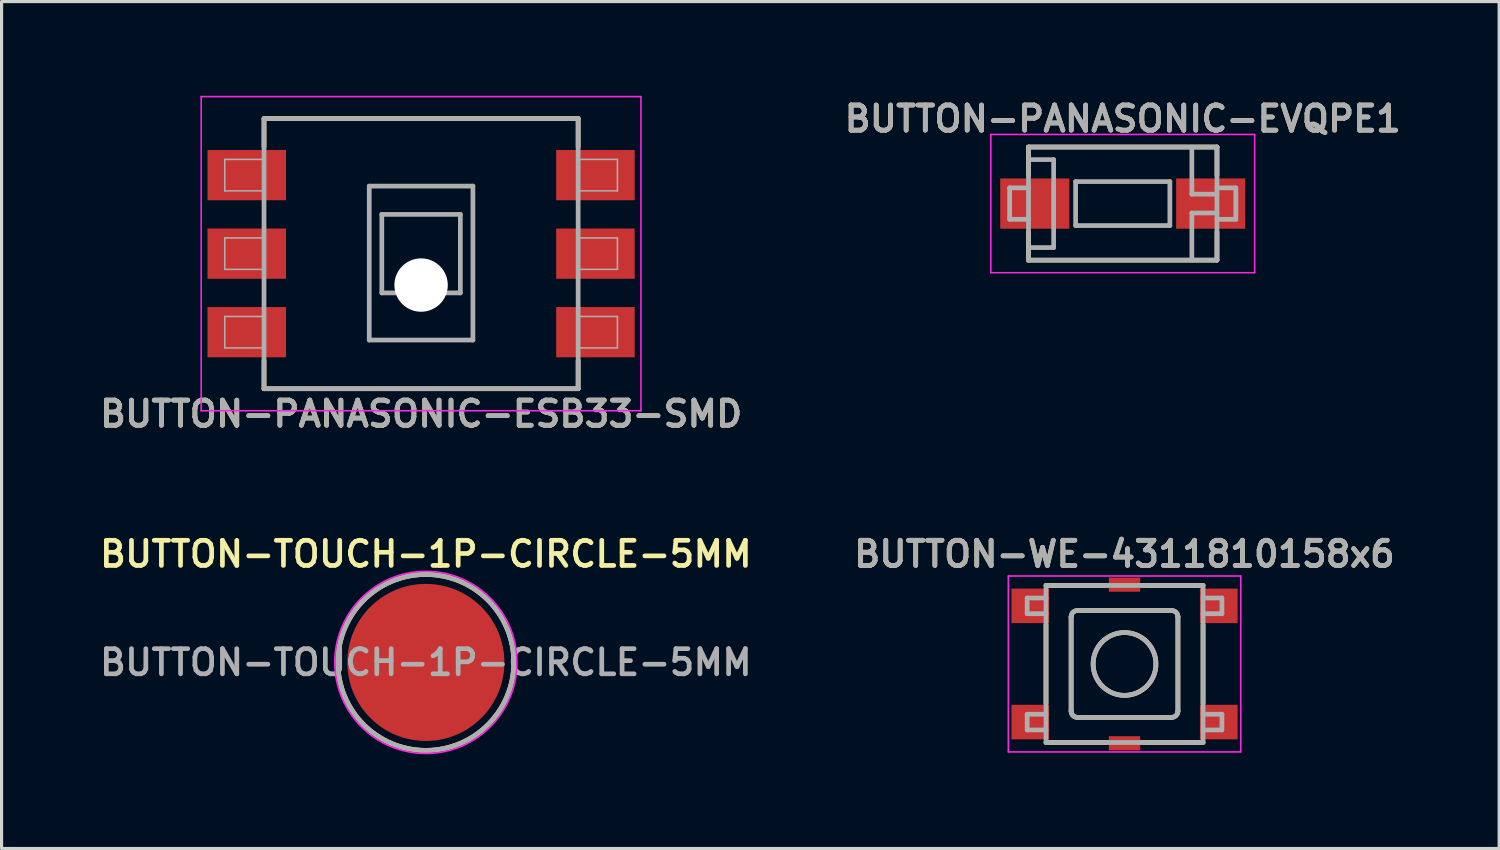
<source format=kicad_pcb>
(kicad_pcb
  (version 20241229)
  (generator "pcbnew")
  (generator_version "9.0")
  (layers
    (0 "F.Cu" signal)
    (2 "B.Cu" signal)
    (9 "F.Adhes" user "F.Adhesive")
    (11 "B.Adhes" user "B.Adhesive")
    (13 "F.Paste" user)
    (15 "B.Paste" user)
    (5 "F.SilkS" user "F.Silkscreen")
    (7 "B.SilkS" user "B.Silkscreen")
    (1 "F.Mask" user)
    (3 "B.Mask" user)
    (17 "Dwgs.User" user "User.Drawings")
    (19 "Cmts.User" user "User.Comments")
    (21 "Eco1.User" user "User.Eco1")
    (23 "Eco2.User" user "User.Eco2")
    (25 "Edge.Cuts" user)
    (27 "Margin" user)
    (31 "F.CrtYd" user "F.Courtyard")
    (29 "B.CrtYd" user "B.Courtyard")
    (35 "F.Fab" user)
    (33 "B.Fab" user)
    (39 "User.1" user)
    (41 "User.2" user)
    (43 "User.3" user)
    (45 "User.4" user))
  (footprint "BUTTON-WE-4311810158x6"
    (layer "F.Cu")
    (at 32.749 18.087)
    (property "Reference" "BUTTON-WE-4311810158x6" (at 0 -3.5 0) (layer "F.SilkS") (effects (font (size 0.8 0.8) (thickness 0.15))))
    (attr smd)
    (fp_line (start -2.5 -2.5) (end -0.55 -2.5) (stroke (width 0.15) (type solid)) (layer "F.SilkS"))
    (fp_line (start -2.5 -1.25) (end -2.5 1.25) (stroke (width 0.15) (type solid)) (layer "F.SilkS"))
    (fp_line (start -1.7 1.5) (end -1.7 -1.5) (stroke (width 0.15) (type solid)) (layer "F.SilkS"))
    (fp_line (start -1.5 -1.7) (end 1.5 -1.7) (stroke (width 0.15) (type solid)) (layer "F.SilkS"))
    (fp_line (start -0.55 2.5) (end -2.5 2.5) (stroke (width 0.15) (type solid)) (layer "F.SilkS"))
    (fp_line (start 0.55 -2.5) (end 2.5 -2.5) (stroke (width 0.15) (type solid)) (layer "F.SilkS"))
    (fp_line (start 0.55 2.5) (end 2.5 2.5) (stroke (width 0.15) (type solid)) (layer "F.SilkS"))
    (fp_line (start 1.5 1.7) (end -1.5 1.7) (stroke (width 0.15) (type solid)) (layer "F.SilkS"))
    (fp_line (start 1.7 -1.5) (end 1.7 1.5) (stroke (width 0.15) (type solid)) (layer "F.SilkS"))
    (fp_line (start 2.5 1.25) (end 2.5 -1.25) (stroke (width 0.15) (type solid)) (layer "F.SilkS"))
    (fp_arc (start -1.7 -1.5) (mid -1.641421 -1.641421) (end -1.5 -1.7) (stroke (width 0.15) (type solid)) (layer "F.SilkS"))
    (fp_arc (start -1.5 1.7) (mid -1.641421 1.641421) (end -1.7 1.5) (stroke (width 0.15) (type solid)) (layer "F.SilkS"))
    (fp_arc (start 1.5 -1.7) (mid 1.641421 -1.641421) (end 1.7 -1.5) (stroke (width 0.15) (type solid)) (layer "F.SilkS"))
    (fp_arc (start 1.7 1.5) (mid 1.641421 1.641421) (end 1.5 1.7) (stroke (width 0.15) (type solid)) (layer "F.SilkS"))
    (fp_circle (center 0 0) (end 1 0) (stroke (width 0.15) (type solid)) (fill no) (layer "F.SilkS"))
    (fp_line (start -3.7 -2.8) (end 3.7 -2.8) (stroke (width 0.05) (type solid)) (layer "F.CrtYd"))
    (fp_line (start -3.7 2.8) (end -3.7 -2.8) (stroke (width 0.05) (type solid)) (layer "F.CrtYd"))
    (fp_line (start 3.7 -2.8) (end 3.7 2.8) (stroke (width 0.05) (type solid)) (layer "F.CrtYd"))
    (fp_line (start 3.7 2.8) (end -3.7 2.8) (stroke (width 0.05) (type solid)) (layer "F.CrtYd"))
    (fp_line (start -3.1 -2.1) (end -2.5 -2.1) (stroke (width 0.15) (type solid)) (layer "F.Fab"))
    (fp_line (start -3.1 -1.6) (end -3.1 -2.1) (stroke (width 0.15) (type solid)) (layer "F.Fab"))
    (fp_line (start -3.1 1.6) (end -2.5 1.6) (stroke (width 0.15) (type solid)) (layer "F.Fab"))
    (fp_line (start -3.1 2.1) (end -3.1 1.6) (stroke (width 0.15) (type solid)) (layer "F.Fab"))
    (fp_line (start -2.5 -2.5) (end -2.5 2.5) (stroke (width 0.15) (type solid)) (layer "F.Fab"))
    (fp_line (start -2.5 -1.6) (end -3.1 -1.6) (stroke (width 0.15) (type solid)) (layer "F.Fab"))
    (fp_line (start -2.5 2.1) (end -3.1 2.1) (stroke (width 0.15) (type solid)) (layer "F.Fab"))
    (fp_line (start -2.5 2.5) (end 2.5 2.5) (stroke (width 0.15) (type solid)) (layer "F.Fab"))
    (fp_line (start -1.7 1.5) (end -1.7 -1.5) (stroke (width 0.15) (type solid)) (layer "F.Fab"))
    (fp_line (start -1.5 -1.7) (end 1.5 -1.7) (stroke (width 0.15) (type solid)) (layer "F.Fab"))
    (fp_line (start 1.5 1.7) (end -1.5 1.7) (stroke (width 0.15) (type solid)) (layer "F.Fab"))
    (fp_line (start 1.7 -1.5) (end 1.7 1.5) (stroke (width 0.15) (type solid)) (layer "F.Fab"))
    (fp_line (start 2.5 -2.5) (end -2.5 -2.5) (stroke (width 0.15) (type solid)) (layer "F.Fab"))
    (fp_line (start 2.5 -2.1) (end 3.1 -2.1) (stroke (width 0.15) (type solid)) (layer "F.Fab"))
    (fp_line (start 2.5 1.6) (end 3.1 1.6) (stroke (width 0.15) (type solid)) (layer "F.Fab"))
    (fp_line (start 2.5 2.5) (end 2.5 -2.5) (stroke (width 0.15) (type solid)) (layer "F.Fab"))
    (fp_line (start 3.1 -2.1) (end 3.1 -1.6) (stroke (width 0.15) (type solid)) (layer "F.Fab"))
    (fp_line (start 3.1 -1.6) (end 2.5 -1.6) (stroke (width 0.15) (type solid)) (layer "F.Fab"))
    (fp_line (start 3.1 1.6) (end 3.1 2.1) (stroke (width 0.15) (type solid)) (layer "F.Fab"))
    (fp_line (start 3.1 2.1) (end 2.5 2.1) (stroke (width 0.15) (type solid)) (layer "F.Fab"))
    (fp_arc (start -1.7 -1.5) (mid -1.641421 -1.641421) (end -1.5 -1.7) (stroke (width 0.15) (type solid)) (layer "F.Fab"))
    (fp_arc (start -1.5 1.7) (mid -1.641421 1.641421) (end -1.7 1.5) (stroke (width 0.15) (type solid)) (layer "F.Fab"))
    (fp_arc (start 1.5 -1.7) (mid 1.641421 -1.641421) (end 1.7 -1.5) (stroke (width 0.15) (type solid)) (layer "F.Fab"))
    (fp_arc (start 1.7 1.5) (mid 1.641421 1.641421) (end 1.5 1.7) (stroke (width 0.15) (type solid)) (layer "F.Fab"))
    (fp_circle (center 0 0) (end 1 0) (stroke (width 0.15) (type solid)) (fill no) (layer "F.Fab"))
    (fp_text user "${REFERENCE}" (at 0 -3.5 0) (layer "F.Fab") (effects (font (size 0.8 0.8) (thickness 0.15))))
    (pad "1" smd rect (at -3 1.85) (size 1.2 1.1) (layers "F.Cu" "F.Mask" "F.Paste"))
    (pad "2" smd rect (at -3 -1.85) (size 1.2 1.1) (layers "F.Cu" "F.Mask" "F.Paste"))
    (pad "3" smd rect (at 3 1.85) (size 1.2 1.1) (layers "F.Cu" "F.Mask" "F.Paste"))
    (pad "4" smd rect (at 3 -1.85) (size 1.2 1.1) (layers "F.Cu" "F.Mask" "F.Paste"))
    (pad "5" smd rect (at 0 -2.525) (size 1 0.45) (layers "F.Cu" "F.Mask" "F.Paste"))
    (pad "6" smd rect (at 0 2.525) (size 1 0.45) (layers "F.Cu" "F.Mask" "F.Paste")))
  (footprint "BUTTON-TOUCH-1P-CIRCLE-5MM"
    (layer "F.Cu")
    (at 10.507 18.038)
    (property "Reference" "BUTTON-TOUCH-1P-CIRCLE-5MM" (at 0 -3.45 0) (layer "F.SilkS") (effects (font (size 0.8 0.8) (thickness 0.15))))
    (attr through_hole)
    (fp_circle (center 0 0) (end 2.8 0) (stroke (width 0.15) (type solid)) (fill no) (layer "F.SilkS"))
    (fp_circle (center 0 0) (end 2.9 0) (stroke (width 0.05) (type solid)) (fill no) (layer "F.CrtYd"))
    (fp_circle (center 0 0) (end 2.8 0) (stroke (width 0.15) (type solid)) (fill no) (layer "F.Fab"))
    (fp_text user "${REFERENCE}" (at 0 0 0) (layer "F.Fab") (effects (font (size 0.8 0.8) (thickness 0.15))))
    (pad "1" smd circle (at 0 0) (size 5 5) (layers "F.Cu" "F.Mask" "F.Paste")))
  (footprint "BUTTON-PANASONIC-EVQPE1"
    (layer "F.Cu")
    (at 32.692 3.431)
    (property "Reference" "BUTTON-PANASONIC-EVQPE1" (at 0 -2.7 0) (layer "F.SilkS") (effects (font (size 0.8 0.8) (thickness 0.15))))
    (attr through_hole)
    (fp_line (start -3 -1.8) (end 3 -1.8) (stroke (width 0.15) (type solid)) (layer "F.SilkS"))
    (fp_line (start -3 -0.9) (end -3 -1.8) (stroke (width 0.15) (type solid)) (layer "F.SilkS"))
    (fp_line (start -3 0.9) (end -3 1.8) (stroke (width 0.15) (type solid)) (layer "F.SilkS"))
    (fp_line (start -3 1.8) (end 3 1.8) (stroke (width 0.15) (type solid)) (layer "F.SilkS"))
    (fp_line (start 3 -1.8) (end 3 -0.9) (stroke (width 0.15) (type solid)) (layer "F.SilkS"))
    (fp_line (start 3 1.8) (end 3 0.9) (stroke (width 0.15) (type solid)) (layer "F.SilkS"))
    (fp_line (start -4.2 -2.2) (end 4.2 -2.2) (stroke (width 0.05) (type solid)) (layer "F.CrtYd"))
    (fp_line (start -4.2 2.2) (end -4.2 -2.2) (stroke (width 0.05) (type solid)) (layer "F.CrtYd"))
    (fp_line (start 4.2 -2.2) (end 4.2 2.2) (stroke (width 0.05) (type solid)) (layer "F.CrtYd"))
    (fp_line (start 4.2 2.2) (end -4.2 2.2) (stroke (width 0.05) (type solid)) (layer "F.CrtYd"))
    (fp_line (start -3.6 -0.5) (end -3.6 0.5) (stroke (width 0.15) (type solid)) (layer "F.Fab"))
    (fp_line (start -3.6 0.5) (end -3 0.5) (stroke (width 0.15) (type solid)) (layer "F.Fab"))
    (fp_line (start -3 -1.8) (end 3 -1.8) (stroke (width 0.15) (type solid)) (layer "F.Fab"))
    (fp_line (start -3 -1.4) (end -2.2 -1.4) (stroke (width 0.15) (type solid)) (layer "F.Fab"))
    (fp_line (start -3 -0.5) (end -3.6 -0.5) (stroke (width 0.15) (type solid)) (layer "F.Fab"))
    (fp_line (start -3 1.8) (end -3 -1.8) (stroke (width 0.15) (type solid)) (layer "F.Fab"))
    (fp_line (start -2.2 -1.4) (end -2.2 1.4) (stroke (width 0.15) (type solid)) (layer "F.Fab"))
    (fp_line (start -2.2 1.4) (end -3 1.4) (stroke (width 0.15) (type solid)) (layer "F.Fab"))
    (fp_line (start -1.5 -0.7) (end -1.5 0.7) (stroke (width 0.15) (type solid)) (layer "F.Fab"))
    (fp_line (start -1.5 0.7) (end 1.5 0.7) (stroke (width 0.15) (type solid)) (layer "F.Fab"))
    (fp_line (start 1.5 -0.7) (end -1.5 -0.7) (stroke (width 0.15) (type solid)) (layer "F.Fab"))
    (fp_line (start 1.5 0.7) (end 1.5 -0.7) (stroke (width 0.15) (type solid)) (layer "F.Fab"))
    (fp_line (start 2.2 -1.8) (end 2.2 -0.3) (stroke (width 0.15) (type solid)) (layer "F.Fab"))
    (fp_line (start 2.2 -0.3) (end 3 -0.3) (stroke (width 0.15) (type solid)) (layer "F.Fab"))
    (fp_line (start 2.2 0.3) (end 3 0.3) (stroke (width 0.15) (type solid)) (layer "F.Fab"))
    (fp_line (start 2.2 1.8) (end 2.2 0.3) (stroke (width 0.15) (type solid)) (layer "F.Fab"))
    (fp_line (start 3 -1.8) (end 3 1.8) (stroke (width 0.15) (type solid)) (layer "F.Fab"))
    (fp_line (start 3 -0.5) (end 3.6 -0.5) (stroke (width 0.15) (type solid)) (layer "F.Fab"))
    (fp_line (start 3 1.8) (end -3 1.8) (stroke (width 0.15) (type solid)) (layer "F.Fab"))
    (fp_line (start 3.6 -0.5) (end 3.6 0.5) (stroke (width 0.15) (type solid)) (layer "F.Fab"))
    (fp_line (start 3.6 0.5) (end 3 0.5) (stroke (width 0.15) (type solid)) (layer "F.Fab"))
    (fp_text user "${REFERENCE}" (at 0 -2.7 0) (layer "F.Fab") (effects (font (size 0.8 0.8) (thickness 0.15))))
    (pad "1" smd rect (at -2.8 0) (size 2.2 1.6) (layers "F.Cu" "F.Mask" "F.Paste"))
    (pad "2" smd rect (at 2.8 0) (size 2.2 1.6) (layers "F.Cu" "F.Mask" "F.Paste")))
  (footprint "BUTTON-PANASONIC-ESB33-SMD"
    (layer "F.Cu")
    (at 10.355 5.025)
    (property "Reference" "BUTTON-PANASONIC-ESB33-SMD" (at 0 5.1 0) (layer "F.SilkS") (effects (font (size 0.8 0.8) (thickness 0.15))))
    (attr smd)
    (fp_line (start -5 -4.3) (end 5 -4.3) (stroke (width 0.15) (type solid)) (layer "F.SilkS"))
    (fp_line (start -5 -3.4) (end -5 -4.3) (stroke (width 0.15) (type solid)) (layer "F.SilkS"))
    (fp_line (start -5 4.3) (end -5 3.4) (stroke (width 0.15) (type solid)) (layer "F.SilkS"))
    (fp_line (start 5 -4.3) (end 5 -3.4) (stroke (width 0.15) (type solid)) (layer "F.SilkS"))
    (fp_line (start 5 3.4) (end 5 4.3) (stroke (width 0.15) (type solid)) (layer "F.SilkS"))
    (fp_line (start 5 4.3) (end -5 4.3) (stroke (width 0.15) (type solid)) (layer "F.SilkS"))
    (fp_line (start -7 -5) (end 7 -5) (stroke (width 0.05) (type solid)) (layer "F.CrtYd"))
    (fp_line (start -7 5) (end -7 -5) (stroke (width 0.05) (type solid)) (layer "F.CrtYd"))
    (fp_line (start 7 -5) (end 7 5) (stroke (width 0.05) (type solid)) (layer "F.CrtYd"))
    (fp_line (start 7 5) (end -7 5) (stroke (width 0.05) (type solid)) (layer "F.CrtYd"))
    (fp_line (start -6.25 -3) (end -6.25 -2) (stroke (width 0.05) (type solid)) (layer "F.Fab"))
    (fp_line (start -6.25 -2) (end -5 -2) (stroke (width 0.05) (type solid)) (layer "F.Fab"))
    (fp_line (start -6.25 -0.5) (end -6.25 0.5) (stroke (width 0.05) (type solid)) (layer "F.Fab"))
    (fp_line (start -6.25 0.5) (end -5 0.5) (stroke (width 0.05) (type solid)) (layer "F.Fab"))
    (fp_line (start -6.25 2) (end -6.25 3) (stroke (width 0.05) (type solid)) (layer "F.Fab"))
    (fp_line (start -6.25 3) (end -5 3) (stroke (width 0.05) (type solid)) (layer "F.Fab"))
    (fp_line (start -5 -4.3) (end 5 -4.3) (stroke (width 0.15) (type solid)) (layer "F.Fab"))
    (fp_line (start -5 -3) (end -6.25 -3) (stroke (width 0.05) (type solid)) (layer "F.Fab"))
    (fp_line (start -5 -0.5) (end -6.25 -0.5) (stroke (width 0.05) (type solid)) (layer "F.Fab"))
    (fp_line (start -5 2) (end -6.25 2) (stroke (width 0.05) (type solid)) (layer "F.Fab"))
    (fp_line (start -5 4.3) (end -5 -4.3) (stroke (width 0.15) (type solid)) (layer "F.Fab"))
    (fp_line (start -1.65 -2.15) (end 1.65 -2.15) (stroke (width 0.15) (type solid)) (layer "F.Fab"))
    (fp_line (start -1.65 2.75) (end -1.65 -2.15) (stroke (width 0.15) (type solid)) (layer "F.Fab"))
    (fp_line (start -1.25 -1.25) (end -1.25 1.25) (stroke (width 0.15) (type solid)) (layer "F.Fab"))
    (fp_line (start -1.25 1.25) (end 1.25 1.25) (stroke (width 0.15) (type solid)) (layer "F.Fab"))
    (fp_line (start 1.25 -1.25) (end -1.25 -1.25) (stroke (width 0.15) (type solid)) (layer "F.Fab"))
    (fp_line (start 1.25 1.25) (end 1.25 -1.25) (stroke (width 0.15) (type solid)) (layer "F.Fab"))
    (fp_line (start 1.65 -2.15) (end 1.65 2.75) (stroke (width 0.15) (type solid)) (layer "F.Fab"))
    (fp_line (start 1.65 2.75) (end -1.65 2.75) (stroke (width 0.15) (type solid)) (layer "F.Fab"))
    (fp_line (start 5 -4.3) (end 5 4.3) (stroke (width 0.15) (type solid)) (layer "F.Fab"))
    (fp_line (start 5 -2) (end 6.25 -2) (stroke (width 0.05) (type solid)) (layer "F.Fab"))
    (fp_line (start 5 0.5) (end 6.25 0.5) (stroke (width 0.05) (type solid)) (layer "F.Fab"))
    (fp_line (start 5 3) (end 6.25 3) (stroke (width 0.05) (type solid)) (layer "F.Fab"))
    (fp_line (start 5 4.3) (end -5 4.3) (stroke (width 0.15) (type solid)) (layer "F.Fab"))
    (fp_line (start 6.25 -3) (end 5 -3) (stroke (width 0.05) (type solid)) (layer "F.Fab"))
    (fp_line (start 6.25 -3) (end 6.25 -2) (stroke (width 0.05) (type solid)) (layer "F.Fab"))
    (fp_line (start 6.25 -0.5) (end 5 -0.5) (stroke (width 0.05) (type solid)) (layer "F.Fab"))
    (fp_line (start 6.25 -0.5) (end 6.25 0.5) (stroke (width 0.05) (type solid)) (layer "F.Fab"))
    (fp_line (start 6.25 2) (end 5 2) (stroke (width 0.05) (type solid)) (layer "F.Fab"))
    (fp_line (start 6.25 2) (end 6.25 3) (stroke (width 0.05) (type solid)) (layer "F.Fab"))
    (fp_text user "${REFERENCE}" (at 0 5.1 0) (layer "F.Fab") (effects (font (size 0.8 0.8) (thickness 0.15))))
    (pad "" np_thru_hole circle (at 0 1) (size 1.7 1.7) (drill 1.7) (layers "*.Cu" "*.Mask"))
    (pad "1" smd rect (at -5.55 -2.5) (size 2.5 1.6) (layers "F.Cu" "F.Mask" "F.Paste"))
    (pad "2" smd rect (at -5.55 0) (size 2.5 1.6) (layers "F.Cu" "F.Mask" "F.Paste"))
    (pad "3" smd rect (at -5.55 2.5) (size 2.5 1.6) (layers "F.Cu" "F.Mask" "F.Paste"))
    (pad "4" smd rect (at 5.55 2.5) (size 2.5 1.6) (layers "F.Cu" "F.Mask" "F.Paste"))
    (pad "5" smd rect (at 5.55 0) (size 2.5 1.6) (layers "F.Cu" "F.Mask" "F.Paste"))
    (pad "6" smd rect (at 5.55 -2.5) (size 2.5 1.6) (layers "F.Cu" "F.Mask" "F.Paste")))
  (gr_rect
    (start -3 -3)
    (end 44.675 23.962)
    (stroke (width 0.1) (type default))
    (fill no)
    (layer "Edge.Cuts")))
</source>
